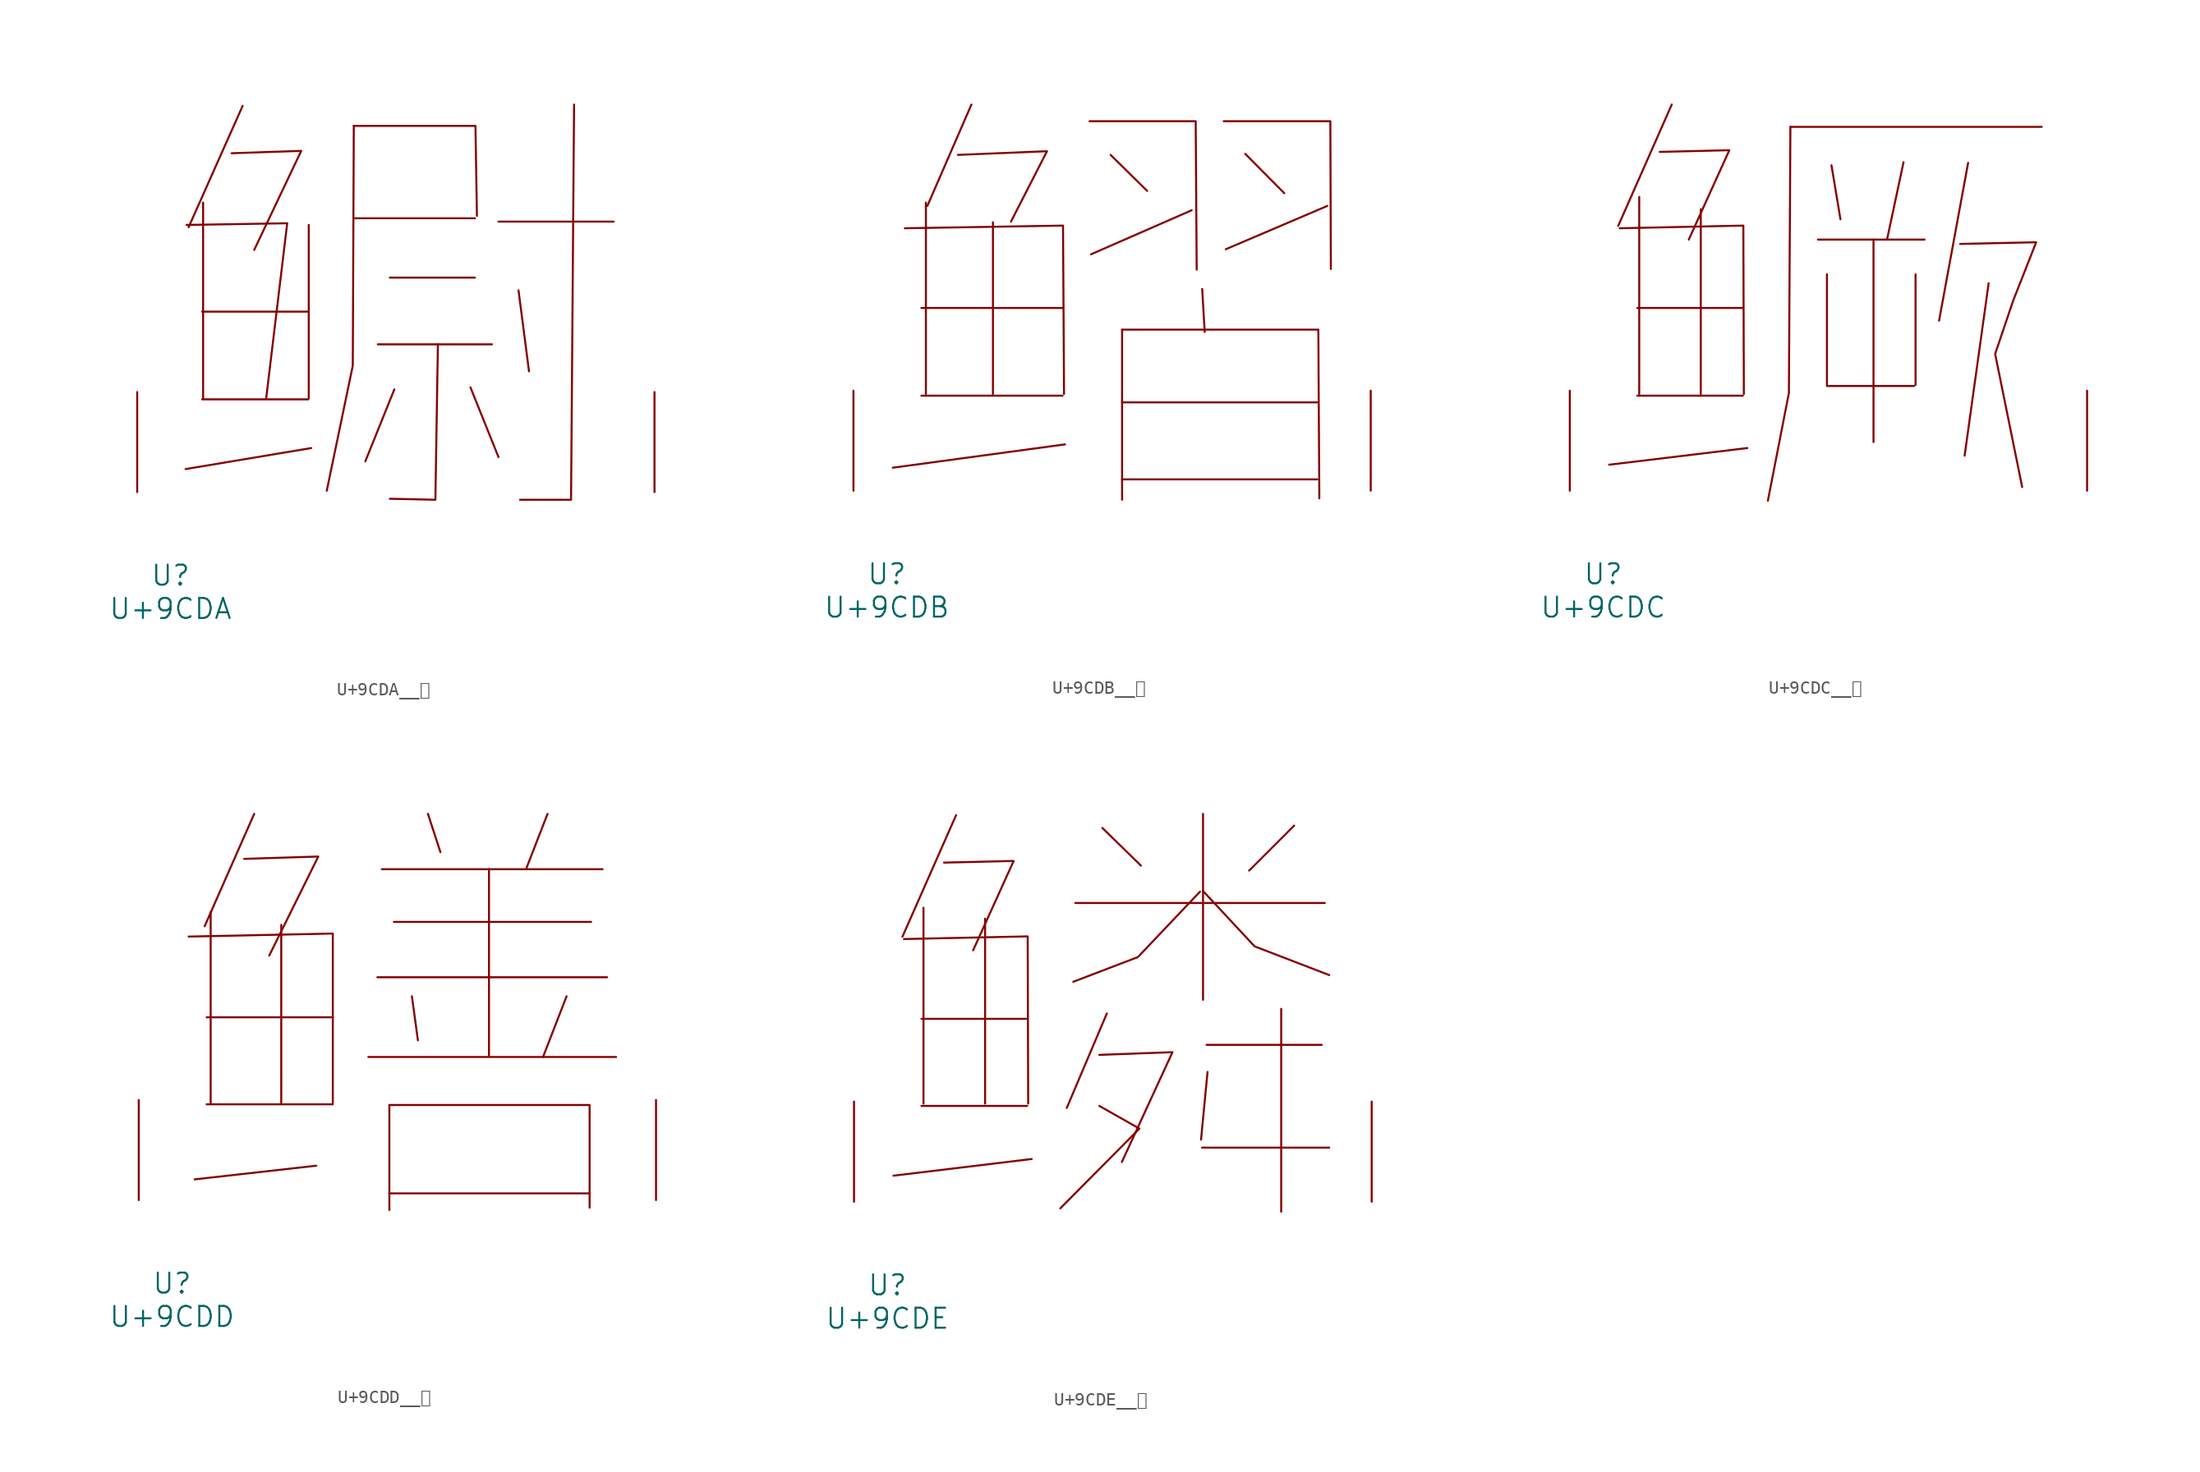
<source format=kicad_sym>
(kicad_symbol_lib
  (version 20231120)
  (generator "kicad_symbol_editor")
  (generator_version "8.0")
  (symbol "U+9CDA__鳚"
    (pin_names
      (offset 1.016))
    (property "Reference" "U"
      (at 0 -6.35 0)
      (effects (font (size 1.524 1.524))))
    (property "Value" "U+9CDA"
      (at 0 -8.89 0)
      (effects (font (size 1.524 1.524))))
    (symbol "U+9CDA__鳚_0_1"
      (polyline (pts (xy 2.4 7.061) (xy 10.477 7.061)) (stroke (width 0) (type solid)) (fill (type none)))
      (polyline (pts (xy 2.4 13.741) (xy 10.477 13.741)) (stroke (width 0) (type solid)) (fill (type none)))
      (polyline (pts (xy 2.477 22.047) (xy 2.477 7.137)) (stroke (width 0) (type solid)) (fill (type none)))
      (polyline (pts (xy 5.486 29.413) (xy 1.372 20.168)) (stroke (width 0) (type solid)) (fill (type none)))
      (polyline (pts (xy 10.516 20.345) (xy 10.516 7.137)) (stroke (width 0) (type solid)) (fill (type none)))
      (polyline (pts (xy 10.706 3.353) (xy 1.143 1.753)) (stroke (width 0) (type solid)) (fill (type none)))
      (polyline (pts (xy 13.945 20.853) (xy 23.165 20.853)) (stroke (width 0) (type solid)) (fill (type none)))
      (polyline (pts (xy 15.773 11.252) (xy 24.46 11.252)) (stroke (width 0) (type solid)) (fill (type none)))
      (polyline (pts (xy 16.688 16.332) (xy 23.165 16.332)) (stroke (width 0) (type solid)) (fill (type none)))
      (polyline (pts (xy 17.031 7.823) (xy 14.821 2.337)) (stroke (width 0) (type solid)) (fill (type none)))
      (polyline (pts (xy 22.822 7.976) (xy 24.956 2.667)) (stroke (width 0) (type solid)) (fill (type none)))
      (polyline (pts (xy 24.956 20.599) (xy 33.718 20.599)) (stroke (width 0) (type solid)) (fill (type none)))
      (polyline (pts (xy 26.48 15.367) (xy 27.28 9.195)) (stroke (width 0) (type solid)) (fill (type none)))
      (polyline (pts (xy 1.219 20.345) (xy 8.877 20.472) (xy 7.277 7.137)) (stroke (width 0) (type solid)) (fill (type none)))
      (polyline (pts (xy 4.648 25.806) (xy 9.944 25.984) (xy 6.363 18.44)) (stroke (width 0) (type solid)) (fill (type none)))
      (polyline (pts (xy 13.945 27.889) (xy 13.868 9.627) (xy 11.887 0.102)) (stroke (width 0) (type solid)) (fill (type none)))
      (polyline (pts (xy 13.945 27.889) (xy 23.203 27.889) (xy 23.317 21.031)) (stroke (width 0) (type solid)) (fill (type none)))
      (polyline (pts (xy 20.345 11.252) (xy 20.155 -0.584) (xy 16.688 -0.508)) (stroke (width 0) (type solid)) (fill (type none)))
      (polyline (pts (xy 30.709 29.515) (xy 30.48 -0.584) (xy 26.594 -0.584)) (stroke (width 0) (type solid)) (fill (type none)))
      (pin input line (at -2.54 0 90) (length 7.62) (name "~" (effects (font (size 1.27 1.27)))) (number "~" (effects (font (size 1.27 1.27)))))
      (pin input line (at 36.83 0 90) (length 7.62) (name "~" (effects (font (size 1.27 1.27)))) (number "~" (effects (font (size 1.27 1.27)))))))
  (symbol "U+9CDB__鳛"
    (pin_names
      (offset 1.016))
    (property "Reference" "U"
      (at 0 -6.35 0)
      (effects (font (size 1.524 1.524))))
    (property "Value" "U+9CDB"
      (at 0 -8.89 0)
      (effects (font (size 1.524 1.524))))
    (symbol "U+9CDB__鳛_0_1"
      (polyline (pts (xy 2.629 7.239) (xy 13.373 7.239)) (stroke (width 0) (type solid)) (fill (type none)))
      (polyline (pts (xy 2.629 13.919) (xy 13.373 13.919)) (stroke (width 0) (type solid)) (fill (type none)))
      (polyline (pts (xy 2.972 21.946) (xy 2.972 7.366)) (stroke (width 0) (type solid)) (fill (type none)))
      (polyline (pts (xy 6.439 29.413) (xy 3.086 21.692)) (stroke (width 0) (type solid)) (fill (type none)))
      (polyline (pts (xy 8.077 20.447) (xy 8.077 7.366)) (stroke (width 0) (type solid)) (fill (type none)))
      (polyline (pts (xy 13.564 3.531) (xy 0.457 1.753)) (stroke (width 0) (type solid)) (fill (type none)))
      (polyline (pts (xy 17.031 25.578) (xy 19.812 22.835)) (stroke (width 0) (type solid)) (fill (type none)))
      (polyline (pts (xy 17.907 0.864) (xy 32.766 0.864)) (stroke (width 0) (type solid)) (fill (type none)))
      (polyline (pts (xy 17.907 6.731) (xy 32.766 6.731)) (stroke (width 0) (type solid)) (fill (type none)))
      (polyline (pts (xy 17.907 12.268) (xy 17.907 -0.686)) (stroke (width 0) (type solid)) (fill (type none)))
      (polyline (pts (xy 23.203 21.361) (xy 15.545 18.009)) (stroke (width 0) (type solid)) (fill (type none)))
      (polyline (pts (xy 24.003 15.367) (xy 24.194 12.09)) (stroke (width 0) (type solid)) (fill (type none)))
      (polyline (pts (xy 27.28 25.654) (xy 30.251 22.657)) (stroke (width 0) (type solid)) (fill (type none)))
      (polyline (pts (xy 33.528 21.692) (xy 25.794 18.39)) (stroke (width 0) (type solid)) (fill (type none)))
      (polyline (pts (xy 1.372 19.99) (xy 13.411 20.193) (xy 13.487 7.366)) (stroke (width 0) (type solid)) (fill (type none)))
      (polyline (pts (xy 5.41 25.578) (xy 12.192 25.857) (xy 9.449 20.498)) (stroke (width 0) (type solid)) (fill (type none)))
      (polyline (pts (xy 15.431 28.143) (xy 23.508 28.143) (xy 23.584 16.84)) (stroke (width 0) (type solid)) (fill (type none)))
      (polyline (pts (xy 17.907 12.268) (xy 32.842 12.268) (xy 32.918 -0.584)) (stroke (width 0) (type solid)) (fill (type none)))
      (polyline (pts (xy 25.641 28.143) (xy 33.757 28.143) (xy 33.795 16.891)) (stroke (width 0) (type solid)) (fill (type none)))
      (pin input line (at -2.54 0 90) (length 7.62) (name "~" (effects (font (size 1.27 1.27)))) (number "~" (effects (font (size 1.27 1.27)))))
      (pin input line (at 36.83 0 90) (length 7.62) (name "~" (effects (font (size 1.27 1.27)))) (number "~" (effects (font (size 1.27 1.27)))))))
  (symbol "U+9CDC__鳜"
    (pin_names
      (offset 1.016))
    (property "Reference" "U"
      (at 0 -6.35 0)
      (effects (font (size 1.524 1.524))))
    (property "Value" "U+9CDC"
      (at 0 -8.89 0)
      (effects (font (size 1.524 1.524))))
    (symbol "U+9CDC__鳜_0_1"
      (polyline (pts (xy 2.591 7.239) (xy 10.63 7.239)) (stroke (width 0) (type solid)) (fill (type none)))
      (polyline (pts (xy 2.591 13.919) (xy 10.63 13.919)) (stroke (width 0) (type solid)) (fill (type none)))
      (polyline (pts (xy 2.743 22.377) (xy 2.743 7.366)) (stroke (width 0) (type solid)) (fill (type none)))
      (polyline (pts (xy 5.22 29.413) (xy 1.143 20.168)) (stroke (width 0) (type solid)) (fill (type none)))
      (polyline (pts (xy 7.429 21.438) (xy 7.429 7.366)) (stroke (width 0) (type solid)) (fill (type none)))
      (polyline (pts (xy 10.973 3.251) (xy 0.457 1.981)) (stroke (width 0) (type solid)) (fill (type none)))
      (polyline (pts (xy 14.249 27.711) (xy 33.376 27.711)) (stroke (width 0) (type solid)) (fill (type none)))
      (polyline (pts (xy 16.345 19.126) (xy 24.46 19.126)) (stroke (width 0) (type solid)) (fill (type none)))
      (polyline (pts (xy 17.031 7.976) (xy 23.66 7.976)) (stroke (width 0) (type solid)) (fill (type none)))
      (polyline (pts (xy 17.031 16.485) (xy 17.031 8.052)) (stroke (width 0) (type solid)) (fill (type none)))
      (polyline (pts (xy 17.374 24.79) (xy 18.059 20.676)) (stroke (width 0) (type solid)) (fill (type none)))
      (polyline (pts (xy 20.574 19.126) (xy 20.574 3.708)) (stroke (width 0) (type solid)) (fill (type none)))
      (polyline (pts (xy 22.86 25.019) (xy 21.603 19.126)) (stroke (width 0) (type solid)) (fill (type none)))
      (polyline (pts (xy 23.774 16.485) (xy 23.774 8.052)) (stroke (width 0) (type solid)) (fill (type none)))
      (polyline (pts (xy 27.775 24.968) (xy 25.565 12.954)) (stroke (width 0) (type solid)) (fill (type none)))
      (polyline (pts (xy 29.337 15.799) (xy 27.508 2.667)) (stroke (width 0) (type solid)) (fill (type none)))
      (polyline (pts (xy 1.257 19.99) (xy 10.668 20.193) (xy 10.706 7.366)) (stroke (width 0) (type solid)) (fill (type none)))
      (polyline (pts (xy 4.305 25.806) (xy 9.601 25.933) (xy 6.515 19.126)) (stroke (width 0) (type solid)) (fill (type none)))
      (polyline (pts (xy 14.249 27.711) (xy 14.135 7.442) (xy 12.535 -0.762)) (stroke (width 0) (type solid)) (fill (type none)))
      (polyline (pts (xy 27.165 18.796) (xy 32.956 18.923) (xy 31.204 14.478) (xy 29.832 10.414) (xy 31.89 0.279)) (stroke (width 0) (type solid)) (fill (type none)))
      (pin input line (at -2.54 0 90) (length 7.62) (name "~" (effects (font (size 1.27 1.27)))) (number "~" (effects (font (size 1.27 1.27)))))
      (pin input line (at 36.83 0 90) (length 7.62) (name "~" (effects (font (size 1.27 1.27)))) (number "~" (effects (font (size 1.27 1.27)))))))
  (symbol "U+9CDD__鳝"
    (pin_names
      (offset 1.016))
    (property "Reference" "U"
      (at 0 -6.35 0)
      (effects (font (size 1.524 1.524))))
    (property "Value" "U+9CDD"
      (at 0 -8.89 0)
      (effects (font (size 1.524 1.524))))
    (symbol "U+9CDD__鳝_0_1"
      (polyline (pts (xy 2.629 7.29) (xy 12.23 7.29)) (stroke (width 0) (type solid)) (fill (type none)))
      (polyline (pts (xy 2.629 13.919) (xy 12.23 13.919)) (stroke (width 0) (type solid)) (fill (type none)))
      (polyline (pts (xy 2.934 21.946) (xy 2.934 7.366)) (stroke (width 0) (type solid)) (fill (type none)))
      (polyline (pts (xy 6.248 29.413) (xy 2.477 20.853)) (stroke (width 0) (type solid)) (fill (type none)))
      (polyline (pts (xy 8.306 20.955) (xy 8.306 7.366)) (stroke (width 0) (type solid)) (fill (type none)))
      (polyline (pts (xy 10.973 2.616) (xy 1.714 1.575)) (stroke (width 0) (type solid)) (fill (type none)))
      (polyline (pts (xy 14.935 10.897) (xy 33.795 10.897)) (stroke (width 0) (type solid)) (fill (type none)))
      (polyline (pts (xy 15.621 16.967) (xy 33.109 16.967)) (stroke (width 0) (type solid)) (fill (type none)))
      (polyline (pts (xy 15.964 25.197) (xy 32.766 25.197)) (stroke (width 0) (type solid)) (fill (type none)))
      (polyline (pts (xy 16.535 0.508) (xy 31.775 0.508)) (stroke (width 0) (type solid)) (fill (type none)))
      (polyline (pts (xy 16.535 7.239) (xy 16.535 -0.762)) (stroke (width 0) (type solid)) (fill (type none)))
      (polyline (pts (xy 16.878 21.184) (xy 31.89 21.184)) (stroke (width 0) (type solid)) (fill (type none)))
      (polyline (pts (xy 18.25 15.519) (xy 18.707 12.167)) (stroke (width 0) (type solid)) (fill (type none)))
      (polyline (pts (xy 19.469 29.413) (xy 20.422 26.492)) (stroke (width 0) (type solid)) (fill (type none)))
      (polyline (pts (xy 24.117 25.197) (xy 24.117 10.998)) (stroke (width 0) (type solid)) (fill (type none)))
      (polyline (pts (xy 28.575 29.413) (xy 26.975 25.298)) (stroke (width 0) (type solid)) (fill (type none)))
      (polyline (pts (xy 30.023 15.519) (xy 28.232 10.897)) (stroke (width 0) (type solid)) (fill (type none)))
      (polyline (pts (xy 1.257 20.066) (xy 12.23 20.295) (xy 12.23 7.366)) (stroke (width 0) (type solid)) (fill (type none)))
      (polyline (pts (xy 5.486 25.984) (xy 11.125 26.162) (xy 7.391 18.618)) (stroke (width 0) (type solid)) (fill (type none)))
      (polyline (pts (xy 16.535 7.239) (xy 31.775 7.239) (xy 31.775 -0.584)) (stroke (width 0) (type solid)) (fill (type none)))
      (pin input line (at -2.54 0 90) (length 7.62) (name "~" (effects (font (size 1.27 1.27)))) (number "~" (effects (font (size 1.27 1.27)))))
      (pin input line (at 36.83 0 90) (length 7.62) (name "~" (effects (font (size 1.27 1.27)))) (number "~" (effects (font (size 1.27 1.27)))))))
  (symbol "U+9CDE__鳞"
    (pin_names
      (offset 1.016))
    (property "Reference" "U"
      (at 0 -6.35 0)
      (effects (font (size 1.524 1.524))))
    (property "Value" "U+9CDE"
      (at 0 -8.89 0)
      (effects (font (size 1.524 1.524))))
    (symbol "U+9CDE__鳞_0_1"
      (polyline (pts (xy 2.591 7.29) (xy 10.63 7.29)) (stroke (width 0) (type solid)) (fill (type none)))
      (polyline (pts (xy 2.591 13.919) (xy 10.63 13.919)) (stroke (width 0) (type solid)) (fill (type none)))
      (polyline (pts (xy 2.743 22.377) (xy 2.743 7.468)) (stroke (width 0) (type solid)) (fill (type none)))
      (polyline (pts (xy 5.22 29.413) (xy 1.143 20.168)) (stroke (width 0) (type solid)) (fill (type none)))
      (polyline (pts (xy 7.429 21.539) (xy 7.429 7.468)) (stroke (width 0) (type solid)) (fill (type none)))
      (polyline (pts (xy 10.973 3.251) (xy 0.457 1.981)) (stroke (width 0) (type solid)) (fill (type none)))
      (polyline (pts (xy 14.287 22.733) (xy 33.261 22.733)) (stroke (width 0) (type solid)) (fill (type none)))
      (polyline (pts (xy 16.345 28.448) (xy 19.279 25.578)) (stroke (width 0) (type solid)) (fill (type none)))
      (polyline (pts (xy 16.688 14.326) (xy 13.64 7.137)) (stroke (width 0) (type solid)) (fill (type none)))
      (polyline (pts (xy 23.927 4.115) (xy 33.604 4.115)) (stroke (width 0) (type solid)) (fill (type none)))
      (polyline (pts (xy 24.003 29.515) (xy 24.003 15.367)) (stroke (width 0) (type solid)) (fill (type none)))
      (polyline (pts (xy 24.27 11.938) (xy 33.033 11.938)) (stroke (width 0) (type solid)) (fill (type none)))
      (polyline (pts (xy 24.346 9.881) (xy 23.851 4.724)) (stroke (width 0) (type solid)) (fill (type none)))
      (polyline (pts (xy 29.947 14.681) (xy 29.947 -0.762)) (stroke (width 0) (type solid)) (fill (type none)))
      (polyline (pts (xy 30.937 28.626) (xy 27.508 25.197)) (stroke (width 0) (type solid)) (fill (type none)))
      (polyline (pts (xy 1.257 19.99) (xy 10.668 20.193) (xy 10.706 7.468)) (stroke (width 0) (type solid)) (fill (type none)))
      (polyline (pts (xy 4.305 25.806) (xy 9.601 25.933) (xy 6.515 19.126)) (stroke (width 0) (type solid)) (fill (type none)))
      (polyline (pts (xy 16.116 7.29) (xy 19.164 5.563) (xy 13.145 -0.508)) (stroke (width 0) (type solid)) (fill (type none)))
      (polyline (pts (xy 16.116 11.176) (xy 21.679 11.379) (xy 17.831 3.023)) (stroke (width 0) (type solid)) (fill (type none)))
      (polyline (pts (xy 23.774 23.597) (xy 19.05 18.618) (xy 14.135 16.739)) (stroke (width 0) (type solid)) (fill (type none)))
      (polyline (pts (xy 24.003 23.647) (xy 27.927 19.431) (xy 33.604 17.247)) (stroke (width 0) (type solid)) (fill (type none)))
      (pin input line (at -2.54 0 90) (length 7.62) (name "~" (effects (font (size 1.27 1.27)))) (number "~" (effects (font (size 1.27 1.27)))))
      (pin input line (at 36.83 0 90) (length 7.62) (name "~" (effects (font (size 1.27 1.27)))) (number "~" (effects (font (size 1.27 1.27))))))))
</source>
